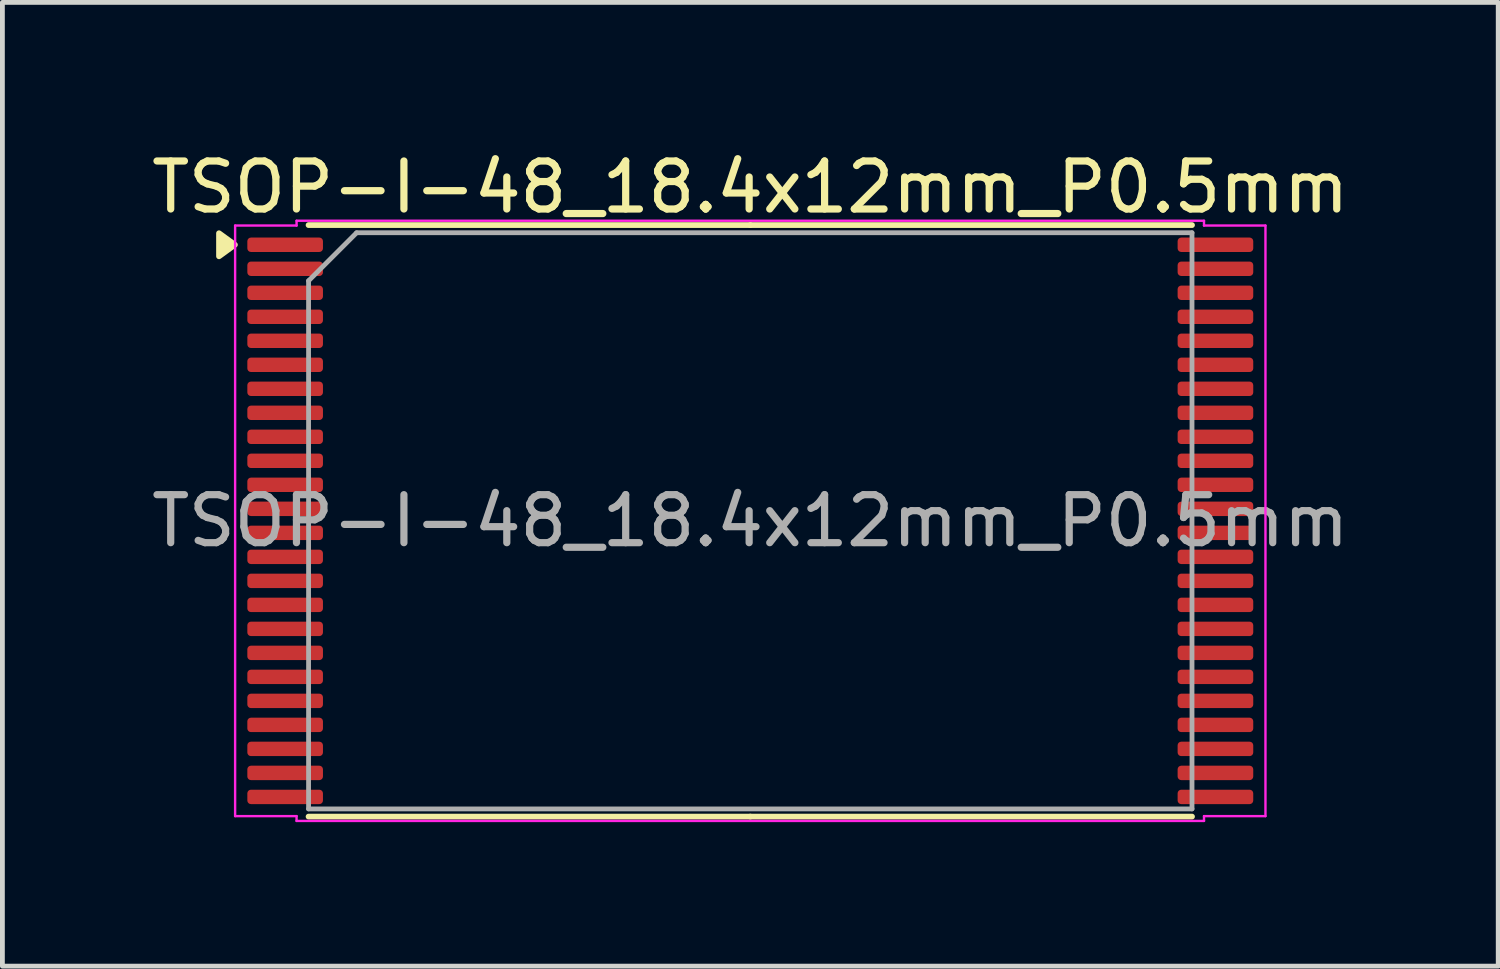
<source format=kicad_pcb>
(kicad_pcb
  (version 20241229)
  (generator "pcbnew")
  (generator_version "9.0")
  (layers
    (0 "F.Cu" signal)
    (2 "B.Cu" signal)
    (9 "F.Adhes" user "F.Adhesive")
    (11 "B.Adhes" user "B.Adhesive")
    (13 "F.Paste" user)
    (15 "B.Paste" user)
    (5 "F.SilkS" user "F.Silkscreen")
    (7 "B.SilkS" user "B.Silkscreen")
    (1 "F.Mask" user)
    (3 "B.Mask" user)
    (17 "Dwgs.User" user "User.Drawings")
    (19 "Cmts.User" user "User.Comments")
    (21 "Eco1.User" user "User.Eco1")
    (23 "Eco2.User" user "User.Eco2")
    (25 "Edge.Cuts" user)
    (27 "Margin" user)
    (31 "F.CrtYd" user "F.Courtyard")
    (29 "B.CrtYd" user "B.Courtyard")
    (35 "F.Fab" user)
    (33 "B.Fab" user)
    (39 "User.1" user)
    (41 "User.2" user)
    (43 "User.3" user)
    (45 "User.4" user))
  (footprint "TSOP-I-48_18.4x12mm_P0.5mm"
    (layer "F.Cu")
    (at 12.577 7.798)
    (property "Reference" "TSOP-I-48_18.4x12mm_P0.5mm" (at 0 -6.95 0) (layer "F.SilkS") (effects (font (size 1 1) (thickness 0.15))))
    (attr smd)
    (fp_line (start 0 -6.16) (end -9.2 -6.16) (stroke (width 0.12) (type solid)) (layer "F.SilkS"))
    (fp_line (start 0 -6.16) (end 9.2 -6.16) (stroke (width 0.12) (type solid)) (layer "F.SilkS"))
    (fp_line (start 0 6.16) (end -9.2 6.16) (stroke (width 0.12) (type solid)) (layer "F.SilkS"))
    (fp_line (start 0 6.16) (end 9.2 6.16) (stroke (width 0.12) (type solid)) (layer "F.SilkS"))
    (fp_poly (pts (xy -10.735 -5.75) (xy -11.065 -5.51) (xy -11.065 -5.99)) (stroke (width 0.12) (type solid)) (fill yes) (layer "F.SilkS"))
    (fp_line (start -10.73 -6.15) (end -9.45 -6.15) (stroke (width 0.05) (type solid)) (layer "F.CrtYd"))
    (fp_line (start -10.73 6.15) (end -10.73 -6.15) (stroke (width 0.05) (type solid)) (layer "F.CrtYd"))
    (fp_line (start -9.45 -6.25) (end 9.45 -6.25) (stroke (width 0.05) (type solid)) (layer "F.CrtYd"))
    (fp_line (start -9.45 -6.15) (end -9.45 -6.25) (stroke (width 0.05) (type solid)) (layer "F.CrtYd"))
    (fp_line (start -9.45 6.15) (end -10.73 6.15) (stroke (width 0.05) (type solid)) (layer "F.CrtYd"))
    (fp_line (start -9.45 6.25) (end -9.45 6.15) (stroke (width 0.05) (type solid)) (layer "F.CrtYd"))
    (fp_line (start 9.45 -6.25) (end 9.45 -6.15) (stroke (width 0.05) (type solid)) (layer "F.CrtYd"))
    (fp_line (start 9.45 -6.15) (end 10.73 -6.15) (stroke (width 0.05) (type solid)) (layer "F.CrtYd"))
    (fp_line (start 9.45 6.15) (end 9.45 6.25) (stroke (width 0.05) (type solid)) (layer "F.CrtYd"))
    (fp_line (start 9.45 6.25) (end -9.45 6.25) (stroke (width 0.05) (type solid)) (layer "F.CrtYd"))
    (fp_line (start 10.73 -6.15) (end 10.73 6.15) (stroke (width 0.05) (type solid)) (layer "F.CrtYd"))
    (fp_line (start 10.73 6.15) (end 9.45 6.15) (stroke (width 0.05) (type solid)) (layer "F.CrtYd"))
    (fp_line (start -9.2 -5) (end -8.2 -6) (stroke (width 0.1) (type solid)) (layer "F.Fab"))
    (fp_line (start -9.2 6) (end -9.2 -5) (stroke (width 0.1) (type solid)) (layer "F.Fab"))
    (fp_line (start -8.2 -6) (end 9.2 -6) (stroke (width 0.1) (type solid)) (layer "F.Fab"))
    (fp_line (start 9.2 -6) (end 9.2 6) (stroke (width 0.1) (type solid)) (layer "F.Fab"))
    (fp_line (start 9.2 6) (end -9.2 6) (stroke (width 0.1) (type solid)) (layer "F.Fab"))
    (fp_text user "${REFERENCE}" (at 0 0 0) (layer "F.Fab") (effects (font (size 1 1) (thickness 0.15))))
    (pad "1" smd roundrect (at -9.688 -5.75) (size 1.575 0.3) (layers "F.Cu" "F.Mask" "F.Paste") (roundrect_rratio 0.25))
    (pad "2" smd roundrect (at -9.688 -5.25) (size 1.575 0.3) (layers "F.Cu" "F.Mask" "F.Paste") (roundrect_rratio 0.25))
    (pad "3" smd roundrect (at -9.688 -4.75) (size 1.575 0.3) (layers "F.Cu" "F.Mask" "F.Paste") (roundrect_rratio 0.25))
    (pad "4" smd roundrect (at -9.688 -4.25) (size 1.575 0.3) (layers "F.Cu" "F.Mask" "F.Paste") (roundrect_rratio 0.25))
    (pad "5" smd roundrect (at -9.688 -3.75) (size 1.575 0.3) (layers "F.Cu" "F.Mask" "F.Paste") (roundrect_rratio 0.25))
    (pad "6" smd roundrect (at -9.688 -3.25) (size 1.575 0.3) (layers "F.Cu" "F.Mask" "F.Paste") (roundrect_rratio 0.25))
    (pad "7" smd roundrect (at -9.688 -2.75) (size 1.575 0.3) (layers "F.Cu" "F.Mask" "F.Paste") (roundrect_rratio 0.25))
    (pad "8" smd roundrect (at -9.688 -2.25) (size 1.575 0.3) (layers "F.Cu" "F.Mask" "F.Paste") (roundrect_rratio 0.25))
    (pad "9" smd roundrect (at -9.688 -1.75) (size 1.575 0.3) (layers "F.Cu" "F.Mask" "F.Paste") (roundrect_rratio 0.25))
    (pad "10" smd roundrect (at -9.688 -1.25) (size 1.575 0.3) (layers "F.Cu" "F.Mask" "F.Paste") (roundrect_rratio 0.25))
    (pad "11" smd roundrect (at -9.688 -0.75) (size 1.575 0.3) (layers "F.Cu" "F.Mask" "F.Paste") (roundrect_rratio 0.25))
    (pad "12" smd roundrect (at -9.688 -0.25) (size 1.575 0.3) (layers "F.Cu" "F.Mask" "F.Paste") (roundrect_rratio 0.25))
    (pad "13" smd roundrect (at -9.688 0.25) (size 1.575 0.3) (layers "F.Cu" "F.Mask" "F.Paste") (roundrect_rratio 0.25))
    (pad "14" smd roundrect (at -9.688 0.75) (size 1.575 0.3) (layers "F.Cu" "F.Mask" "F.Paste") (roundrect_rratio 0.25))
    (pad "15" smd roundrect (at -9.688 1.25) (size 1.575 0.3) (layers "F.Cu" "F.Mask" "F.Paste") (roundrect_rratio 0.25))
    (pad "16" smd roundrect (at -9.688 1.75) (size 1.575 0.3) (layers "F.Cu" "F.Mask" "F.Paste") (roundrect_rratio 0.25))
    (pad "17" smd roundrect (at -9.688 2.25) (size 1.575 0.3) (layers "F.Cu" "F.Mask" "F.Paste") (roundrect_rratio 0.25))
    (pad "18" smd roundrect (at -9.688 2.75) (size 1.575 0.3) (layers "F.Cu" "F.Mask" "F.Paste") (roundrect_rratio 0.25))
    (pad "19" smd roundrect (at -9.688 3.25) (size 1.575 0.3) (layers "F.Cu" "F.Mask" "F.Paste") (roundrect_rratio 0.25))
    (pad "20" smd roundrect (at -9.688 3.75) (size 1.575 0.3) (layers "F.Cu" "F.Mask" "F.Paste") (roundrect_rratio 0.25))
    (pad "21" smd roundrect (at -9.688 4.25) (size 1.575 0.3) (layers "F.Cu" "F.Mask" "F.Paste") (roundrect_rratio 0.25))
    (pad "22" smd roundrect (at -9.688 4.75) (size 1.575 0.3) (layers "F.Cu" "F.Mask" "F.Paste") (roundrect_rratio 0.25))
    (pad "23" smd roundrect (at -9.688 5.25) (size 1.575 0.3) (layers "F.Cu" "F.Mask" "F.Paste") (roundrect_rratio 0.25))
    (pad "24" smd roundrect (at -9.688 5.75) (size 1.575 0.3) (layers "F.Cu" "F.Mask" "F.Paste") (roundrect_rratio 0.25))
    (pad "25" smd roundrect (at 9.688 5.75) (size 1.575 0.3) (layers "F.Cu" "F.Mask" "F.Paste") (roundrect_rratio 0.25))
    (pad "26" smd roundrect (at 9.688 5.25) (size 1.575 0.3) (layers "F.Cu" "F.Mask" "F.Paste") (roundrect_rratio 0.25))
    (pad "27" smd roundrect (at 9.688 4.75) (size 1.575 0.3) (layers "F.Cu" "F.Mask" "F.Paste") (roundrect_rratio 0.25))
    (pad "28" smd roundrect (at 9.688 4.25) (size 1.575 0.3) (layers "F.Cu" "F.Mask" "F.Paste") (roundrect_rratio 0.25))
    (pad "29" smd roundrect (at 9.688 3.75) (size 1.575 0.3) (layers "F.Cu" "F.Mask" "F.Paste") (roundrect_rratio 0.25))
    (pad "30" smd roundrect (at 9.688 3.25) (size 1.575 0.3) (layers "F.Cu" "F.Mask" "F.Paste") (roundrect_rratio 0.25))
    (pad "31" smd roundrect (at 9.688 2.75) (size 1.575 0.3) (layers "F.Cu" "F.Mask" "F.Paste") (roundrect_rratio 0.25))
    (pad "32" smd roundrect (at 9.688 2.25) (size 1.575 0.3) (layers "F.Cu" "F.Mask" "F.Paste") (roundrect_rratio 0.25))
    (pad "33" smd roundrect (at 9.688 1.75) (size 1.575 0.3) (layers "F.Cu" "F.Mask" "F.Paste") (roundrect_rratio 0.25))
    (pad "34" smd roundrect (at 9.688 1.25) (size 1.575 0.3) (layers "F.Cu" "F.Mask" "F.Paste") (roundrect_rratio 0.25))
    (pad "35" smd roundrect (at 9.688 0.75) (size 1.575 0.3) (layers "F.Cu" "F.Mask" "F.Paste") (roundrect_rratio 0.25))
    (pad "36" smd roundrect (at 9.688 0.25) (size 1.575 0.3) (layers "F.Cu" "F.Mask" "F.Paste") (roundrect_rratio 0.25))
    (pad "37" smd roundrect (at 9.688 -0.25) (size 1.575 0.3) (layers "F.Cu" "F.Mask" "F.Paste") (roundrect_rratio 0.25))
    (pad "38" smd roundrect (at 9.688 -0.75) (size 1.575 0.3) (layers "F.Cu" "F.Mask" "F.Paste") (roundrect_rratio 0.25))
    (pad "39" smd roundrect (at 9.688 -1.25) (size 1.575 0.3) (layers "F.Cu" "F.Mask" "F.Paste") (roundrect_rratio 0.25))
    (pad "40" smd roundrect (at 9.688 -1.75) (size 1.575 0.3) (layers "F.Cu" "F.Mask" "F.Paste") (roundrect_rratio 0.25))
    (pad "41" smd roundrect (at 9.688 -2.25) (size 1.575 0.3) (layers "F.Cu" "F.Mask" "F.Paste") (roundrect_rratio 0.25))
    (pad "42" smd roundrect (at 9.688 -2.75) (size 1.575 0.3) (layers "F.Cu" "F.Mask" "F.Paste") (roundrect_rratio 0.25))
    (pad "43" smd roundrect (at 9.688 -3.25) (size 1.575 0.3) (layers "F.Cu" "F.Mask" "F.Paste") (roundrect_rratio 0.25))
    (pad "44" smd roundrect (at 9.688 -3.75) (size 1.575 0.3) (layers "F.Cu" "F.Mask" "F.Paste") (roundrect_rratio 0.25))
    (pad "45" smd roundrect (at 9.688 -4.25) (size 1.575 0.3) (layers "F.Cu" "F.Mask" "F.Paste") (roundrect_rratio 0.25))
    (pad "46" smd roundrect (at 9.688 -4.75) (size 1.575 0.3) (layers "F.Cu" "F.Mask" "F.Paste") (roundrect_rratio 0.25))
    (pad "47" smd roundrect (at 9.688 -5.25) (size 1.575 0.3) (layers "F.Cu" "F.Mask" "F.Paste") (roundrect_rratio 0.25))
    (pad "48" smd roundrect (at 9.688 -5.75) (size 1.575 0.3) (layers "F.Cu" "F.Mask" "F.Paste") (roundrect_rratio 0.25)))
  (gr_rect
    (start -3 -3)
    (end 28.155 17.073)
    (stroke (width 0.1) (type default))
    (fill no)
    (layer "Edge.Cuts")))
</source>
